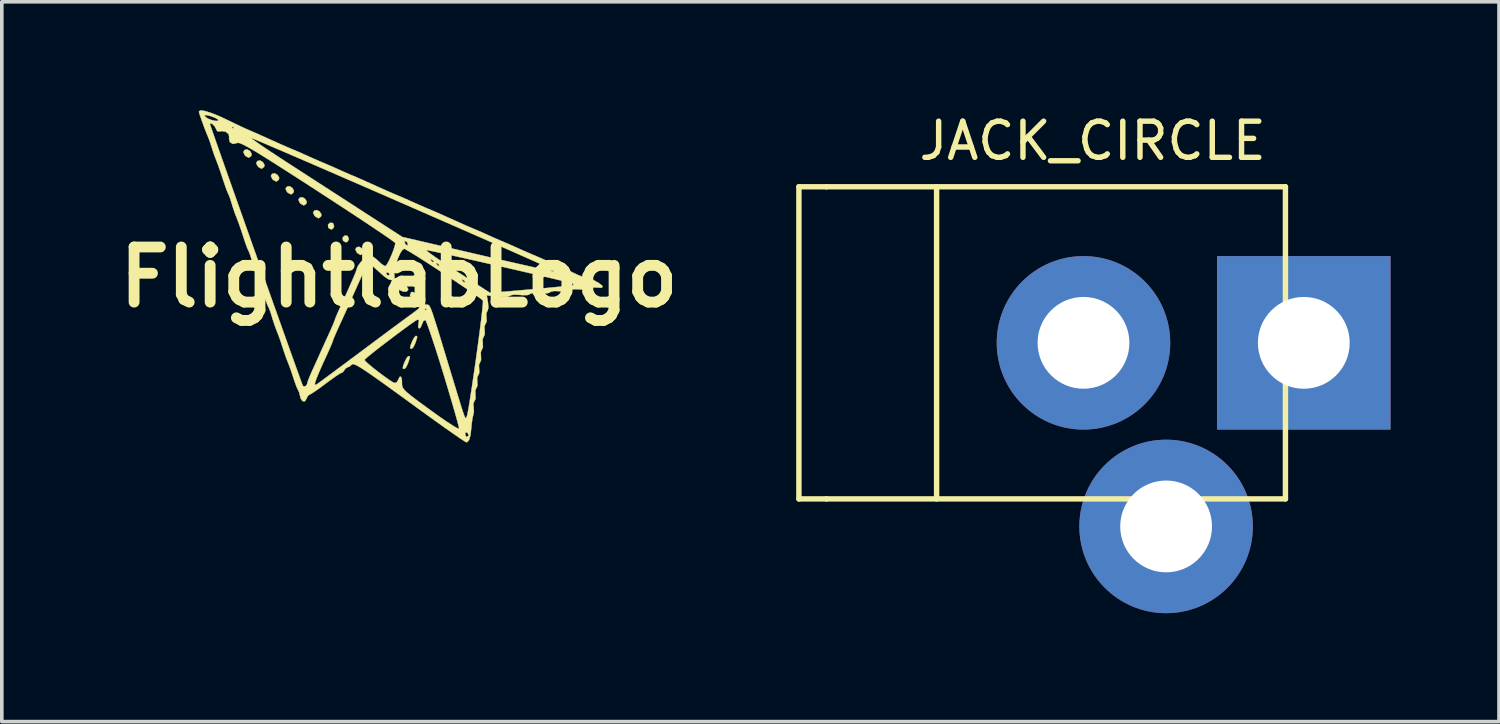
<source format=kicad_pcb>
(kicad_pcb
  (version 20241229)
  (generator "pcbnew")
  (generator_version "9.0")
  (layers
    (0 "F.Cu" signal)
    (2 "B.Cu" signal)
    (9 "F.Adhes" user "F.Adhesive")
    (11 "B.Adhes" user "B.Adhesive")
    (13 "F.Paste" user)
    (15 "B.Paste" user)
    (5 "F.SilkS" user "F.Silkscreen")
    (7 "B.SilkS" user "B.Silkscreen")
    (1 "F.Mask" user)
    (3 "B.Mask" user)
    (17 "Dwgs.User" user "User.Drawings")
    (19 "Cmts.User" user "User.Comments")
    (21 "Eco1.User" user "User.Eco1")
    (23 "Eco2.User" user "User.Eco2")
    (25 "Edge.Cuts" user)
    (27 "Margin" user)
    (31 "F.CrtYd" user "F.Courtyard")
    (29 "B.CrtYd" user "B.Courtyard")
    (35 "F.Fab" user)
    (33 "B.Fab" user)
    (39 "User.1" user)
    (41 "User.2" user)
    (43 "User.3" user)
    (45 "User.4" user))
  (footprint "JACK_CIRCLE"
    (layer "F.Cu")
    (at 26.929 6.436)
    (property "Reference" "JACK_CIRCLE" (at 0.254 -5.588 0) (layer "F.SilkS") (effects (font (size 1 1) (thickness 0.15))))
    (attr through_hole)
    (fp_line (start -7.874 -4.318) (end -7.874 4.318) (stroke (width 0.15) (type solid)) (layer "F.SilkS"))
    (fp_line (start -7.874 4.318) (end -7.112 4.318) (stroke (width 0.15) (type solid)) (layer "F.SilkS"))
    (fp_line (start -7.112 -4.318) (end -7.874 -4.318) (stroke (width 0.15) (type solid)) (layer "F.SilkS"))
    (fp_line (start -7.112 -4.318) (end 5.588 -4.318) (stroke (width 0.15) (type solid)) (layer "F.SilkS"))
    (fp_line (start -7.112 4.318) (end 5.588 4.318) (stroke (width 0.15) (type solid)) (layer "F.SilkS"))
    (fp_line (start -4.064 -4.318) (end -4.064 4.318) (stroke (width 0.15) (type solid)) (layer "F.SilkS"))
    (fp_line (start 5.588 -4.318) (end 5.588 4.318) (stroke (width 0.15) (type solid)) (layer "F.SilkS"))
    (pad "1" thru_hole rect (at 6.096 0) (size 4.801 4.801) (drill 2.54) (layers "*.Cu" "*.Mask"))
    (pad "2" thru_hole circle (at 0 0) (size 4.801 4.801) (drill 2.54) (layers "*.Cu" "*.Mask"))
    (pad "3" thru_hole circle (at 2.286 5.08) (size 4.801 4.801) (drill 2.54) (layers "*.Cu" "*.Mask")))
  (footprint "FlightlabLogo"
    (layer "F.Cu")
    (at 7.99 4.619)
    (property "Reference" "FlightlabLogo" (at 0 0 0) (layer "F.SilkS") (effects (font (size 1.524 1.524) (thickness 0.3))))
    (attr through_hole)
    (fp_poly (pts (xy -4.124 -3.49) (xy -4.078 -3.415) (xy -4.086 -3.358) (xy -4.156 -3.305) (xy -4.243 -3.351) (xy -4.269 -3.38) (xy -4.307 -3.462) (xy -4.275 -3.518) (xy -4.202 -3.535) (xy -4.124 -3.49)) (stroke (width 0.01) (type solid)) (fill yes) (layer "F.SilkS"))
    (fp_poly (pts (xy -3.769 -3.185) (xy -3.723 -3.11) (xy -3.731 -3.053) (xy -3.801 -3) (xy -3.887 -3.046) (xy -3.913 -3.076) (xy -3.952 -3.157) (xy -3.919 -3.213) (xy -3.846 -3.23) (xy -3.769 -3.185)) (stroke (width 0.01) (type solid)) (fill yes) (layer "F.SilkS"))
    (fp_poly (pts (xy -3.362 -2.83) (xy -3.316 -2.755) (xy -3.324 -2.697) (xy -3.394 -2.645) (xy -3.481 -2.691) (xy -3.507 -2.72) (xy -3.545 -2.801) (xy -3.513 -2.857) (xy -3.44 -2.874) (xy -3.362 -2.83)) (stroke (width 0.01) (type solid)) (fill yes) (layer "F.SilkS"))
    (fp_poly (pts (xy -2.956 -2.474) (xy -2.91 -2.399) (xy -2.918 -2.342) (xy -2.988 -2.289) (xy -3.074 -2.335) (xy -3.101 -2.364) (xy -3.139 -2.446) (xy -3.106 -2.502) (xy -3.034 -2.519) (xy -2.956 -2.474)) (stroke (width 0.01) (type solid)) (fill yes) (layer "F.SilkS"))
    (fp_poly (pts (xy -2.6 -2.169) (xy -2.554 -2.094) (xy -2.562 -2.037) (xy -2.632 -1.984) (xy -2.719 -2.03) (xy -2.745 -2.06) (xy -2.783 -2.141) (xy -2.751 -2.197) (xy -2.678 -2.214) (xy -2.6 -2.169)) (stroke (width 0.01) (type solid)) (fill yes) (layer "F.SilkS"))
    (fp_poly (pts (xy -2.194 -1.814) (xy -2.148 -1.739) (xy -2.156 -1.681) (xy -2.226 -1.629) (xy -2.312 -1.675) (xy -2.339 -1.704) (xy -2.377 -1.785) (xy -2.344 -1.841) (xy -2.272 -1.858) (xy -2.194 -1.814)) (stroke (width 0.01) (type solid)) (fill yes) (layer "F.SilkS"))
    (fp_poly (pts (xy -1.837 -1.499) (xy -1.823 -1.488) (xy -1.795 -1.408) (xy -1.832 -1.337) (xy -1.88 -1.321) (xy -1.945 -1.358) (xy -1.959 -1.376) (xy -1.964 -1.454) (xy -1.911 -1.505) (xy -1.837 -1.499)) (stroke (width 0.01) (type solid)) (fill yes) (layer "F.SilkS"))
    (fp_poly (pts (xy -1.431 -1.144) (xy -1.417 -1.132) (xy -1.388 -1.052) (xy -1.425 -0.981) (xy -1.473 -0.965) (xy -1.538 -1.002) (xy -1.552 -1.02) (xy -1.558 -1.098) (xy -1.504 -1.15) (xy -1.431 -1.144)) (stroke (width 0.01) (type solid)) (fill yes) (layer "F.SilkS"))
    (fp_poly (pts (xy -1.025 -0.798) (xy -0.979 -0.723) (xy -0.988 -0.665) (xy -1.057 -0.613) (xy -1.144 -0.659) (xy -1.17 -0.688) (xy -1.208 -0.769) (xy -1.176 -0.825) (xy -1.103 -0.842) (xy -1.025 -0.798)) (stroke (width 0.01) (type solid)) (fill yes) (layer "F.SilkS"))
    (fp_poly (pts (xy 0.107 0.141) (xy 0.199 0.23) (xy 0.252 0.327) (xy 0.254 0.347) (xy 0.215 0.396) (xy 0.127 0.402) (xy 0.033 0.364) (xy 0.01 0.345) (xy -0.041 0.254) (xy -0.045 0.16) (xy -0.001 0.105) (xy 0.018 0.102) (xy 0.107 0.141)) (stroke (width 0.01) (type solid)) (fill yes) (layer "F.SilkS"))
    (fp_poly (pts (xy 0.294 2.19) (xy 0.299 2.223) (xy 0.272 2.313) (xy 0.249 2.38) (xy 0.199 2.489) (xy 0.151 2.539) (xy 0.147 2.54) (xy 0.102 2.525) (xy 0.102 2.522) (xy 0.121 2.437) (xy 0.166 2.325) (xy 0.218 2.227) (xy 0.259 2.184) (xy 0.259 2.184) (xy 0.294 2.19)) (stroke (width 0.01) (type solid)) (fill yes) (layer "F.SilkS"))
    (fp_poly (pts (xy 0.497 1.631) (xy 0.502 1.664) (xy 0.475 1.754) (xy 0.452 1.821) (xy 0.402 1.93) (xy 0.354 1.981) (xy 0.351 1.981) (xy 0.305 1.966) (xy 0.305 1.963) (xy 0.324 1.878) (xy 0.369 1.766) (xy 0.422 1.668) (xy 0.462 1.626) (xy 0.462 1.626) (xy 0.497 1.631)) (stroke (width 0.01) (type solid)) (fill yes) (layer "F.SilkS"))
    (fp_poly (pts (xy -5.378 -4.599) (xy -5.2 -4.545) (xy -4.976 -4.456) (xy -4.786 -4.367) (xy -4.575 -4.265) (xy -4.382 -4.173) (xy -4.236 -4.106) (xy -4.191 -4.086) (xy -4.052 -4.026) (xy -3.876 -3.949) (xy -3.798 -3.914) (xy -3.494 -3.777) (xy -3.266 -3.675) (xy -3.097 -3.601) (xy -2.972 -3.547) (xy -2.921 -3.526) (xy -2.784 -3.468) (xy -2.608 -3.39) (xy -2.515 -3.348) (xy -2.338 -3.269) (xy -2.173 -3.198) (xy -2.108 -3.17) (xy -1.972 -3.112) (xy -1.795 -3.035) (xy -1.702 -2.993) (xy -1.525 -2.914) (xy -1.361 -2.842) (xy -1.295 -2.815) (xy -1.156 -2.756) (xy -0.98 -2.679) (xy -0.903 -2.644) (xy -0.598 -2.507) (xy -0.37 -2.405) (xy -0.202 -2.331) (xy -0.076 -2.277) (xy -0.025 -2.256) (xy 0.111 -2.198) (xy 0.288 -2.12) (xy 0.381 -2.078) (xy 0.558 -1.999) (xy 0.722 -1.928) (xy 0.787 -1.9) (xy 0.907 -1.85) (xy 1.066 -1.781) (xy 1.279 -1.686) (xy 1.565 -1.558) (xy 1.651 -1.519) (xy 1.828 -1.44) (xy 1.992 -1.369) (xy 2.057 -1.342) (xy 2.194 -1.284) (xy 2.371 -1.206) (xy 2.464 -1.164) (xy 2.64 -1.085) (xy 2.805 -1.013) (xy 2.87 -0.986) (xy 3.007 -0.928) (xy 3.183 -0.85) (xy 3.277 -0.808) (xy 3.453 -0.729) (xy 3.618 -0.658) (xy 3.683 -0.63) (xy 3.822 -0.571) (xy 3.998 -0.494) (xy 4.076 -0.46) (xy 4.278 -0.369) (xy 4.495 -0.272) (xy 4.558 -0.244) (xy 4.728 -0.166) (xy 4.882 -0.094) (xy 4.935 -0.068) (xy 5.06 -0.018) (xy 5.15 0) (xy 5.248 0.023) (xy 5.378 0.079) (xy 5.509 0.151) (xy 5.607 0.221) (xy 5.639 0.265) (xy 5.595 0.295) (xy 5.488 0.287) (xy 5.367 0.282) (xy 5.304 0.313) (xy 5.23 0.344) (xy 5.077 0.344) (xy 5.024 0.339) (xy 4.855 0.331) (xy 4.757 0.352) (xy 4.744 0.364) (xy 4.672 0.394) (xy 4.523 0.395) (xy 4.465 0.39) (xy 4.296 0.382) (xy 4.198 0.403) (xy 4.186 0.415) (xy 4.113 0.445) (xy 3.964 0.446) (xy 3.906 0.441) (xy 3.738 0.433) (xy 3.639 0.454) (xy 3.627 0.466) (xy 3.554 0.496) (xy 3.405 0.497) (xy 3.347 0.491) (xy 3.18 0.483) (xy 3.082 0.504) (xy 3.068 0.516) (xy 2.994 0.545) (xy 2.832 0.545) (xy 2.732 0.536) (xy 2.428 0.502) (xy 2.462 0.703) (xy 2.473 0.85) (xy 2.449 0.932) (xy 2.444 0.937) (xy 2.415 1.004) (xy 2.42 1.113) (xy 2.424 1.228) (xy 2.394 1.291) (xy 2.364 1.36) (xy 2.369 1.469) (xy 2.373 1.583) (xy 2.344 1.647) (xy 2.313 1.716) (xy 2.318 1.825) (xy 2.322 1.939) (xy 2.293 2.002) (xy 2.263 2.071) (xy 2.267 2.18) (xy 2.271 2.295) (xy 2.242 2.358) (xy 2.212 2.427) (xy 2.217 2.536) (xy 2.221 2.65) (xy 2.191 2.714) (xy 2.161 2.782) (xy 2.166 2.891) (xy 2.17 3.006) (xy 2.14 3.069) (xy 2.11 3.138) (xy 2.115 3.247) (xy 2.119 3.364) (xy 2.088 3.426) (xy 2.056 3.497) (xy 2.063 3.584) (xy 2.073 3.717) (xy 2.058 3.797) (xy 2.033 3.9) (xy 2.011 4.056) (xy 2.005 4.13) (xy 1.978 4.367) (xy 1.937 4.51) (xy 1.881 4.567) (xy 1.863 4.568) (xy 1.81 4.538) (xy 1.684 4.455) (xy 1.519 4.34) (xy 1.829 4.34) (xy 1.855 4.41) (xy 1.88 4.42) (xy 1.929 4.383) (xy 1.93 4.372) (xy 1.893 4.303) (xy 1.88 4.293) (xy 1.836 4.304) (xy 1.829 4.34) (xy 1.519 4.34) (xy 1.496 4.325) (xy 1.253 4.154) (xy 0.967 3.95) (xy 0.646 3.719) (xy 0.301 3.468) (xy 0.279 3.452) (xy -0.124 3.159) (xy -0.453 2.922) (xy -0.715 2.736) (xy -0.919 2.596) (xy -1.07 2.498) (xy -1.178 2.437) (xy -1.248 2.408) (xy -1.288 2.405) (xy -1.301 2.415) (xy -1.378 2.479) (xy -1.417 2.489) (xy -1.485 2.53) (xy -1.506 2.565) (xy -1.557 2.633) (xy -1.583 2.642) (xy -1.642 2.671) (xy -1.761 2.749) (xy -1.92 2.863) (xy -2.032 2.946) (xy -2.207 3.076) (xy -2.353 3.178) (xy -2.452 3.239) (xy -2.48 3.251) (xy -2.53 3.294) (xy -2.556 3.358) (xy -2.605 3.435) (xy -2.67 3.43) (xy -2.723 3.351) (xy -2.735 3.298) (xy -2.764 3.182) (xy -2.792 3.124) (xy -2.828 3.05) (xy -2.879 2.913) (xy -2.919 2.794) (xy -2.98 2.608) (xy -3.042 2.437) (xy -3.072 2.362) (xy -3.125 2.226) (xy -3.188 2.043) (xy -3.224 1.93) (xy -3.286 1.744) (xy -3.348 1.573) (xy -3.378 1.499) (xy -3.434 1.351) (xy -3.494 1.171) (xy -3.509 1.118) (xy -3.555 0.97) (xy -3.596 0.862) (xy -3.609 0.838) (xy -3.641 0.767) (xy -3.692 0.628) (xy -3.751 0.449) (xy -3.757 0.432) (xy -3.823 0.231) (xy -3.888 0.048) (xy -3.937 -0.076) (xy -3.993 -0.223) (xy -4.053 -0.404) (xy -4.068 -0.457) (xy -4.114 -0.605) (xy -4.155 -0.712) (xy -4.168 -0.737) (xy -4.2 -0.807) (xy -4.251 -0.947) (xy -4.31 -1.125) (xy -4.316 -1.143) (xy -4.382 -1.344) (xy -4.447 -1.527) (xy -4.495 -1.651) (xy -4.552 -1.798) (xy -4.611 -1.979) (xy -4.627 -2.032) (xy -4.673 -2.18) (xy -4.714 -2.287) (xy -4.727 -2.311) (xy -4.758 -2.382) (xy -4.809 -2.521) (xy -4.869 -2.7) (xy -4.875 -2.718) (xy -4.941 -2.918) (xy -5.005 -3.101) (xy -5.053 -3.226) (xy -5.112 -3.379) (xy -5.171 -3.556) (xy -5.179 -3.581) (xy -5.229 -3.737) (xy -5.277 -3.866) (xy -5.285 -3.886) (xy -5.336 -4.008) (xy -5.397 -4.167) (xy -5.423 -4.24) (xy -5.232 -4.24) (xy -5.216 -4.189) (xy -5.168 -4.051) (xy -5.093 -3.835) (xy -4.994 -3.551) (xy -4.873 -3.208) (xy -4.734 -2.813) (xy -4.58 -2.378) (xy -4.414 -1.91) (xy -4.24 -1.419) (xy -4.061 -0.913) (xy -3.879 -0.402) (xy -3.699 0.105) (xy -3.524 0.6) (xy -3.355 1.072) (xy -3.198 1.514) (xy -3.055 1.915) (xy -2.929 2.268) (xy -2.823 2.562) (xy -2.741 2.79) (xy -2.686 2.941) (xy -2.66 3.007) (xy -2.659 3.009) (xy -2.607 3.027) (xy -2.553 2.985) (xy -2.549 2.972) (xy -2.328 2.972) (xy -2.306 2.981) (xy -2.28 2.968) (xy -2.223 2.928) (xy -2.096 2.834) (xy -1.909 2.696) (xy -1.673 2.521) (xy -1.399 2.318) (xy -1.357 2.286) (xy -0.955 2.286) (xy -0.924 2.33) (xy -0.829 2.416) (xy -0.693 2.528) (xy -0.535 2.651) (xy -0.377 2.768) (xy -0.239 2.864) (xy -0.142 2.922) (xy -0.128 2.928) (xy -0.061 2.908) (xy -0.027 2.848) (xy 0.019 2.756) (xy 0.058 2.758) (xy 0.081 2.847) (xy 0.082 2.922) (xy 0.083 2.986) (xy 0.098 3.044) (xy 0.137 3.105) (xy 0.211 3.181) (xy 0.332 3.281) (xy 0.509 3.416) (xy 0.754 3.596) (xy 0.864 3.676) (xy 1.108 3.851) (xy 1.322 3.999) (xy 1.495 4.111) (xy 1.613 4.18) (xy 1.663 4.197) (xy 1.664 4.196) (xy 1.653 4.135) (xy 1.616 3.989) (xy 1.555 3.772) (xy 1.475 3.494) (xy 1.379 3.169) (xy 1.271 2.809) (xy 1.229 2.67) (xy 1.115 2.302) (xy 1.008 1.966) (xy 0.912 1.675) (xy 0.832 1.441) (xy 0.771 1.275) (xy 0.733 1.19) (xy 0.726 1.182) (xy 0.676 1.211) (xy 0.64 1.293) (xy 0.599 1.389) (xy 0.557 1.422) (xy 0.529 1.38) (xy 0.54 1.287) (xy 0.553 1.193) (xy 0.52 1.174) (xy 0.502 1.179) (xy 0.436 1.219) (xy 0.309 1.308) (xy 0.137 1.433) (xy -0.063 1.581) (xy -0.276 1.742) (xy -0.484 1.901) (xy -0.673 2.048) (xy -0.825 2.17) (xy -0.924 2.254) (xy -0.955 2.286) (xy -1.357 2.286) (xy -1.098 2.093) (xy -1.017 2.032) (xy -0.701 1.797) (xy -0.402 1.574) (xy -0.132 1.373) (xy 0.098 1.204) (xy 0.273 1.075) (xy 0.382 0.996) (xy 0.393 0.989) (xy 0.522 0.889) (xy 0.711 0.889) (xy 0.737 0.914) (xy 0.762 0.889) (xy 0.737 0.864) (xy 0.711 0.889) (xy 0.522 0.889) (xy 0.545 0.871) (xy 0.605 0.796) (xy 0.573 0.763) (xy 0.55 0.762) (xy 0.45 0.721) (xy 0.355 0.625) (xy 0.306 0.516) (xy 0.305 0.5) (xy 0.332 0.422) (xy 0.365 0.406) (xy 0.451 0.443) (xy 0.554 0.529) (xy 0.635 0.629) (xy 0.66 0.695) (xy 0.703 0.75) (xy 0.758 0.762) (xy 0.786 0.761) (xy 0.809 0.766) (xy 0.833 0.785) (xy 0.859 0.827) (xy 0.892 0.902) (xy 0.935 1.02) (xy 0.99 1.189) (xy 1.063 1.419) (xy 1.155 1.719) (xy 1.27 2.099) (xy 1.396 2.515) (xy 1.522 2.928) (xy 1.621 3.254) (xy 1.697 3.501) (xy 1.753 3.68) (xy 1.794 3.8) (xy 1.822 3.87) (xy 1.841 3.899) (xy 1.855 3.898) (xy 1.867 3.875) (xy 1.88 3.841) (xy 1.882 3.835) (xy 1.9 3.761) (xy 1.929 3.599) (xy 1.967 3.363) (xy 2.013 3.067) (xy 2.064 2.724) (xy 2.119 2.347) (xy 2.136 2.223) (xy 2.188 1.841) (xy 2.235 1.49) (xy 2.273 1.183) (xy 2.301 0.934) (xy 2.319 0.755) (xy 2.324 0.659) (xy 2.323 0.648) (xy 2.277 0.607) (xy 2.159 0.521) (xy 1.983 0.398) (xy 1.764 0.249) (xy 1.641 0.167) (xy 1.888 0.167) (xy 1.9 0.195) (xy 1.951 0.25) (xy 1.981 0.239) (xy 1.981 0.232) (xy 1.945 0.189) (xy 1.923 0.173) (xy 1.888 0.167) (xy 1.641 0.167) (xy 1.516 0.083) (xy 1.489 0.065) (xy 1.735 0.065) (xy 1.748 0.094) (xy 1.799 0.148) (xy 1.828 0.137) (xy 1.829 0.13) (xy 1.793 0.087) (xy 1.77 0.071) (xy 1.735 0.065) (xy 1.489 0.065) (xy 1.253 -0.091) (xy 0.988 -0.265) (xy 0.792 -0.392) (xy 1.024 -0.392) (xy 1.037 -0.363) (xy 1.088 -0.309) (xy 1.117 -0.32) (xy 1.118 -0.327) (xy 1.082 -0.37) (xy 1.059 -0.386) (xy 1.024 -0.392) (xy 0.792 -0.392) (xy 0.736 -0.428) (xy 0.633 -0.493) (xy 0.872 -0.493) (xy 0.884 -0.465) (xy 0.935 -0.411) (xy 0.965 -0.422) (xy 0.965 -0.429) (xy 0.929 -0.472) (xy 0.907 -0.487) (xy 0.872 -0.493) (xy 0.633 -0.493) (xy 0.512 -0.571) (xy 0.328 -0.684) (xy 0.218 -0.75) (xy 0.75 -0.75) (xy 0.778 -0.719) (xy 0.879 -0.643) (xy 1.043 -0.528) (xy 1.258 -0.383) (xy 1.511 -0.216) (xy 1.614 -0.15) (xy 2.523 0.436) (xy 3.662 0.337) (xy 3.991 0.308) (xy 4.284 0.28) (xy 4.528 0.256) (xy 4.707 0.237) (xy 4.806 0.224) (xy 4.822 0.221) (xy 4.821 0.182) (xy 4.767 0.164) (xy 4.626 0.128) (xy 4.412 0.075) (xy 4.137 0.01) (xy 3.989 -0.025) (xy 4.623 -0.025) (xy 4.648 0) (xy 4.674 -0.025) (xy 4.648 -0.051) (xy 4.623 -0.025) (xy 3.989 -0.025) (xy 3.814 -0.067) (xy 3.456 -0.15) (xy 3.076 -0.238) (xy 2.686 -0.327) (xy 2.299 -0.415) (xy 1.928 -0.499) (xy 1.587 -0.575) (xy 1.287 -0.641) (xy 1.041 -0.694) (xy 0.863 -0.731) (xy 0.765 -0.749) (xy 0.75 -0.75) (xy 0.218 -0.75) (xy 0.2 -0.76) (xy 0.149 -0.786) (xy 0.096 -0.758) (xy 0.031 -0.658) (xy -0.034 -0.512) (xy -0.09 -0.348) (xy -0.126 -0.194) (xy -0.132 -0.075) (xy -0.127 -0.052) (xy -0.124 0.048) (xy -0.183 0.086) (xy -0.287 0.062) (xy -0.416 -0.027) (xy -0.422 -0.032) (xy -0.503 -0.105) (xy -0.356 -0.105) (xy -0.319 -0.053) (xy -0.305 -0.051) (xy -0.255 -0.068) (xy -0.254 -0.073) (xy -0.29 -0.117) (xy -0.305 -0.127) (xy -0.352 -0.123) (xy -0.356 -0.105) (xy -0.503 -0.105) (xy -0.564 -0.16) (xy -0.702 -0.283) (xy -0.722 -0.3) (xy -0.859 -0.42) (xy -0.993 -0.121) (xy -1.083 0.08) (xy -1.173 0.281) (xy -1.224 0.394) (xy -1.31 0.587) (xy -1.401 0.789) (xy -1.417 0.826) (xy -1.488 0.985) (xy -1.582 1.191) (xy -1.671 1.384) (xy -1.747 1.554) (xy -1.803 1.685) (xy -1.828 1.753) (xy -1.829 1.756) (xy -1.848 1.813) (xy -1.9 1.935) (xy -1.961 2.073) (xy -2.11 2.398) (xy -2.217 2.641) (xy -2.287 2.812) (xy -2.323 2.919) (xy -2.328 2.972) (xy -2.549 2.972) (xy -2.54 2.94) (xy -2.52 2.87) (xy -2.468 2.739) (xy -2.407 2.6) (xy -2.318 2.405) (xy -2.23 2.211) (xy -2.184 2.108) (xy -2.116 1.956) (xy -2.025 1.756) (xy -1.936 1.562) (xy -1.86 1.393) (xy -1.804 1.262) (xy -1.778 1.194) (xy -1.778 1.191) (xy -1.758 1.133) (xy -1.707 1.011) (xy -1.645 0.873) (xy -1.556 0.677) (xy -1.469 0.483) (xy -1.423 0.381) (xy -1.343 0.199) (xy -1.262 0.017) (xy -1.251 -0.008) (xy -1.199 -0.135) (xy -1.17 -0.22) (xy -1.168 -0.231) (xy -1.134 -0.315) (xy -1.05 -0.426) (xy -0.947 -0.531) (xy -0.853 -0.6) (xy -0.82 -0.61) (xy -0.73 -0.575) (xy -0.616 -0.488) (xy -0.584 -0.457) (xy -0.479 -0.361) (xy -0.395 -0.309) (xy -0.378 -0.305) (xy -0.337 -0.348) (xy -0.276 -0.458) (xy -0.21 -0.604) (xy -0.15 -0.757) (xy -0.111 -0.886) (xy -0.102 -0.945) (xy -0.143 -0.981) (xy -0.148 -0.984) (xy 0.152 -0.984) (xy 0.177 -0.909) (xy 0.228 -0.88) (xy 0.246 -0.89) (xy 0.239 -0.942) (xy 0.213 -0.976) (xy 0.161 -1.005) (xy 0.152 -0.984) (xy -0.148 -0.984) (xy -0.262 -1.066) (xy -0.45 -1.195) (xy -0.7 -1.363) (xy -1.002 -1.565) (xy -1.35 -1.794) (xy -1.734 -2.046) (xy -2.148 -2.315) (xy -2.247 -2.38) (xy -2.738 -2.697) (xy -3.151 -2.962) (xy -3.492 -3.18) (xy -3.77 -3.354) (xy -3.99 -3.489) (xy -4.16 -3.588) (xy -4.287 -3.656) (xy -4.377 -3.698) (xy -4.438 -3.716) (xy -4.476 -3.715) (xy -4.486 -3.71) (xy -4.596 -3.686) (xy -4.679 -3.736) (xy -4.704 -3.835) (xy -4.701 -3.851) (xy -4.091 -3.851) (xy -4.056 -3.819) (xy -3.947 -3.74) (xy -3.775 -3.621) (xy -3.552 -3.471) (xy -3.288 -3.298) (xy -3.085 -3.166) (xy -2.72 -2.929) (xy -2.301 -2.659) (xy -1.861 -2.374) (xy -1.431 -2.097) (xy -1.044 -1.846) (xy -0.984 -1.807) (xy 0.09 -1.113) (xy 2.14 -0.637) (xy 2.583 -0.534) (xy 2.997 -0.439) (xy 3.371 -0.354) (xy 3.694 -0.281) (xy 3.955 -0.223) (xy 4.144 -0.182) (xy 4.25 -0.161) (xy 4.267 -0.158) (xy 4.284 -0.176) (xy 4.222 -0.222) (xy 4.216 -0.225) (xy 4.136 -0.264) (xy 3.974 -0.338) (xy 3.738 -0.444) (xy 3.436 -0.578) (xy 3.077 -0.737) (xy 2.668 -0.918) (xy 2.217 -1.116) (xy 1.732 -1.329) (xy 1.222 -1.552) (xy 0.694 -1.783) (xy 0.157 -2.018) (xy -0.381 -2.253) (xy -0.913 -2.485) (xy -1.43 -2.709) (xy -1.924 -2.924) (xy -2.387 -3.125) (xy -2.811 -3.308) (xy -3.188 -3.471) (xy -3.511 -3.609) (xy -3.77 -3.72) (xy -3.958 -3.799) (xy -4.066 -3.843) (xy -4.091 -3.851) (xy -4.701 -3.851) (xy -4.698 -3.865) (xy -4.712 -3.956) (xy -4.793 -4.023) (xy -4.905 -4.043) (xy -4.952 -4.032) (xy -5.03 -4.039) (xy -5.063 -4.105) (xy -5.082 -4.14) (xy -4.623 -4.14) (xy -4.597 -4.115) (xy -4.572 -4.14) (xy -4.597 -4.166) (xy -4.623 -4.14) (xy -5.082 -4.14) (xy -5.102 -4.178) (xy -5.164 -4.238) (xy -5.217 -4.262) (xy -5.232 -4.24) (xy -5.423 -4.24) (xy -5.458 -4.334) (xy -5.506 -4.476) (xy -5.385 -4.476) (xy -5.344 -4.425) (xy -5.271 -4.38) (xy -5.161 -4.34) (xy -5.061 -4.322) (xy -4.999 -4.329) (xy -5.006 -4.361) (xy -5.006 -4.362) (xy -5.086 -4.409) (xy -5.198 -4.453) (xy -5.307 -4.482) (xy -5.377 -4.485) (xy -5.385 -4.476) (xy -5.506 -4.476) (xy -5.508 -4.479) (xy -5.535 -4.57) (xy -5.537 -4.584) (xy -5.495 -4.614) (xy -5.378 -4.599)) (stroke (width 0.01) (type solid)) (fill yes) (layer "F.SilkS")))
  (gr_rect
    (start -3 -3)
    (end 38.426 16.917)
    (stroke (width 0.1) (type default))
    (fill no)
    (layer "Edge.Cuts")))
</source>
